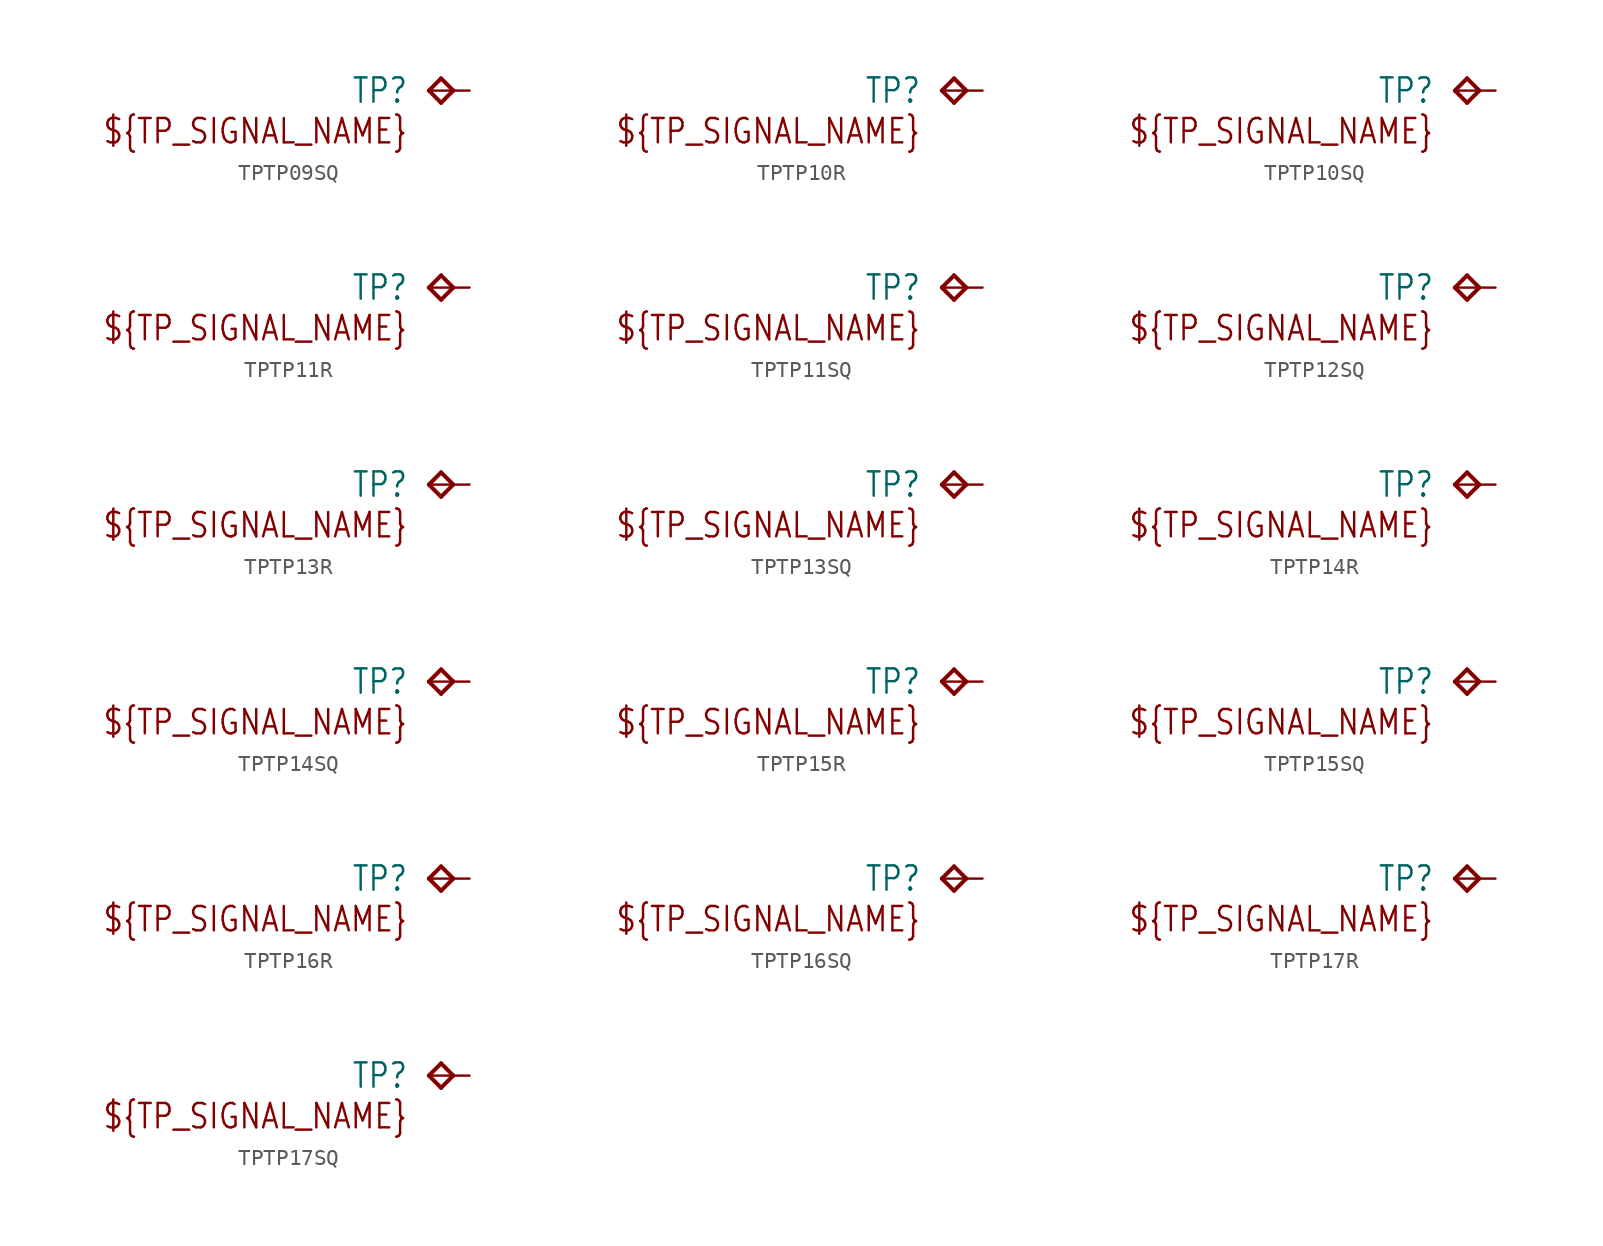
<source format=kicad_sym>
(kicad_symbol_lib
  (version 20220914)
  (generator kicad_symbol_editor)
  (symbol "TPTP09SQ"
    (property "Reference" "TP"
      (at -3.81 0 0)
      (effects (font (size 1.524 1.295)) (justify right)))
    (property "ki_locked" ""
      (at 0 0 0)
      (effects (font (size 1.27 1.27))))
    (symbol "TPTP09SQ_1_0"
      (polyline (pts (xy -2.54 0) (xy -1.778 0.762)) (stroke (width 0.254) (type solid)) (fill (type none)))
      (polyline (pts (xy -1.778 -0.762) (xy -2.54 0)) (stroke (width 0.254) (type solid)) (fill (type none)))
      (polyline (pts (xy -1.778 0.762) (xy -1.016 0)) (stroke (width 0.254) (type solid)) (fill (type none)))
      (polyline (pts (xy -1.016 0) (xy -1.778 -0.762)) (stroke (width 0.254) (type solid)) (fill (type none)))
      (text "${TP_SIGNAL_NAME}" (at -3.81 -2.54 0) (effects (font (size 1.524 1.295)) (justify right)))
      (pin bidirectional line (at 0 0 180) (length 2.54) (name "TP" (effects (font (size 0 0)))) (number "TP" (effects (font (size 0 0)))))))
  (symbol "TPTP10R"
    (property "Reference" "TP"
      (at -3.81 0 0)
      (effects (font (size 1.524 1.295)) (justify right)))
    (property "ki_locked" ""
      (at 0 0 0)
      (effects (font (size 1.27 1.27))))
    (symbol "TPTP10R_1_0"
      (polyline (pts (xy -2.54 0) (xy -1.778 0.762)) (stroke (width 0.254) (type solid)) (fill (type none)))
      (polyline (pts (xy -1.778 -0.762) (xy -2.54 0)) (stroke (width 0.254) (type solid)) (fill (type none)))
      (polyline (pts (xy -1.778 0.762) (xy -1.016 0)) (stroke (width 0.254) (type solid)) (fill (type none)))
      (polyline (pts (xy -1.016 0) (xy -1.778 -0.762)) (stroke (width 0.254) (type solid)) (fill (type none)))
      (text "${TP_SIGNAL_NAME}" (at -3.81 -2.54 0) (effects (font (size 1.524 1.295)) (justify right)))
      (pin bidirectional line (at 0 0 180) (length 2.54) (name "TP" (effects (font (size 0 0)))) (number "TP" (effects (font (size 0 0)))))))
  (symbol "TPTP10SQ"
    (property "Reference" "TP"
      (at -3.81 0 0)
      (effects (font (size 1.524 1.295)) (justify right)))
    (property "ki_locked" ""
      (at 0 0 0)
      (effects (font (size 1.27 1.27))))
    (symbol "TPTP10SQ_1_0"
      (polyline (pts (xy -2.54 0) (xy -1.778 0.762)) (stroke (width 0.254) (type solid)) (fill (type none)))
      (polyline (pts (xy -1.778 -0.762) (xy -2.54 0)) (stroke (width 0.254) (type solid)) (fill (type none)))
      (polyline (pts (xy -1.778 0.762) (xy -1.016 0)) (stroke (width 0.254) (type solid)) (fill (type none)))
      (polyline (pts (xy -1.016 0) (xy -1.778 -0.762)) (stroke (width 0.254) (type solid)) (fill (type none)))
      (text "${TP_SIGNAL_NAME}" (at -3.81 -2.54 0) (effects (font (size 1.524 1.295)) (justify right)))
      (pin bidirectional line (at 0 0 180) (length 2.54) (name "TP" (effects (font (size 0 0)))) (number "TP" (effects (font (size 0 0)))))))
  (symbol "TPTP11R"
    (property "Reference" "TP"
      (at -3.81 0 0)
      (effects (font (size 1.524 1.295)) (justify right)))
    (property "ki_locked" ""
      (at 0 0 0)
      (effects (font (size 1.27 1.27))))
    (symbol "TPTP11R_1_0"
      (polyline (pts (xy -2.54 0) (xy -1.778 0.762)) (stroke (width 0.254) (type solid)) (fill (type none)))
      (polyline (pts (xy -1.778 -0.762) (xy -2.54 0)) (stroke (width 0.254) (type solid)) (fill (type none)))
      (polyline (pts (xy -1.778 0.762) (xy -1.016 0)) (stroke (width 0.254) (type solid)) (fill (type none)))
      (polyline (pts (xy -1.016 0) (xy -1.778 -0.762)) (stroke (width 0.254) (type solid)) (fill (type none)))
      (text "${TP_SIGNAL_NAME}" (at -3.81 -2.54 0) (effects (font (size 1.524 1.295)) (justify right)))
      (pin bidirectional line (at 0 0 180) (length 2.54) (name "TP" (effects (font (size 0 0)))) (number "TP" (effects (font (size 0 0)))))))
  (symbol "TPTP11SQ"
    (property "Reference" "TP"
      (at -3.81 0 0)
      (effects (font (size 1.524 1.295)) (justify right)))
    (property "ki_locked" ""
      (at 0 0 0)
      (effects (font (size 1.27 1.27))))
    (symbol "TPTP11SQ_1_0"
      (polyline (pts (xy -2.54 0) (xy -1.778 0.762)) (stroke (width 0.254) (type solid)) (fill (type none)))
      (polyline (pts (xy -1.778 -0.762) (xy -2.54 0)) (stroke (width 0.254) (type solid)) (fill (type none)))
      (polyline (pts (xy -1.778 0.762) (xy -1.016 0)) (stroke (width 0.254) (type solid)) (fill (type none)))
      (polyline (pts (xy -1.016 0) (xy -1.778 -0.762)) (stroke (width 0.254) (type solid)) (fill (type none)))
      (text "${TP_SIGNAL_NAME}" (at -3.81 -2.54 0) (effects (font (size 1.524 1.295)) (justify right)))
      (pin bidirectional line (at 0 0 180) (length 2.54) (name "TP" (effects (font (size 0 0)))) (number "TP" (effects (font (size 0 0)))))))
  (symbol "TPTP12SQ"
    (property "Reference" "TP"
      (at -3.81 0 0)
      (effects (font (size 1.524 1.295)) (justify right)))
    (property "ki_locked" ""
      (at 0 0 0)
      (effects (font (size 1.27 1.27))))
    (symbol "TPTP12SQ_1_0"
      (polyline (pts (xy -2.54 0) (xy -1.778 0.762)) (stroke (width 0.254) (type solid)) (fill (type none)))
      (polyline (pts (xy -1.778 -0.762) (xy -2.54 0)) (stroke (width 0.254) (type solid)) (fill (type none)))
      (polyline (pts (xy -1.778 0.762) (xy -1.016 0)) (stroke (width 0.254) (type solid)) (fill (type none)))
      (polyline (pts (xy -1.016 0) (xy -1.778 -0.762)) (stroke (width 0.254) (type solid)) (fill (type none)))
      (text "${TP_SIGNAL_NAME}" (at -3.81 -2.54 0) (effects (font (size 1.524 1.295)) (justify right)))
      (pin bidirectional line (at 0 0 180) (length 2.54) (name "TP" (effects (font (size 0 0)))) (number "TP" (effects (font (size 0 0)))))))
  (symbol "TPTP13R"
    (property "Reference" "TP"
      (at -3.81 0 0)
      (effects (font (size 1.524 1.295)) (justify right)))
    (property "ki_locked" ""
      (at 0 0 0)
      (effects (font (size 1.27 1.27))))
    (symbol "TPTP13R_1_0"
      (polyline (pts (xy -2.54 0) (xy -1.778 0.762)) (stroke (width 0.254) (type solid)) (fill (type none)))
      (polyline (pts (xy -1.778 -0.762) (xy -2.54 0)) (stroke (width 0.254) (type solid)) (fill (type none)))
      (polyline (pts (xy -1.778 0.762) (xy -1.016 0)) (stroke (width 0.254) (type solid)) (fill (type none)))
      (polyline (pts (xy -1.016 0) (xy -1.778 -0.762)) (stroke (width 0.254) (type solid)) (fill (type none)))
      (text "${TP_SIGNAL_NAME}" (at -3.81 -2.54 0) (effects (font (size 1.524 1.295)) (justify right)))
      (pin bidirectional line (at 0 0 180) (length 2.54) (name "TP" (effects (font (size 0 0)))) (number "TP" (effects (font (size 0 0)))))))
  (symbol "TPTP13SQ"
    (property "Reference" "TP"
      (at -3.81 0 0)
      (effects (font (size 1.524 1.295)) (justify right)))
    (property "ki_locked" ""
      (at 0 0 0)
      (effects (font (size 1.27 1.27))))
    (symbol "TPTP13SQ_1_0"
      (polyline (pts (xy -2.54 0) (xy -1.778 0.762)) (stroke (width 0.254) (type solid)) (fill (type none)))
      (polyline (pts (xy -1.778 -0.762) (xy -2.54 0)) (stroke (width 0.254) (type solid)) (fill (type none)))
      (polyline (pts (xy -1.778 0.762) (xy -1.016 0)) (stroke (width 0.254) (type solid)) (fill (type none)))
      (polyline (pts (xy -1.016 0) (xy -1.778 -0.762)) (stroke (width 0.254) (type solid)) (fill (type none)))
      (text "${TP_SIGNAL_NAME}" (at -3.81 -2.54 0) (effects (font (size 1.524 1.295)) (justify right)))
      (pin bidirectional line (at 0 0 180) (length 2.54) (name "TP" (effects (font (size 0 0)))) (number "TP" (effects (font (size 0 0)))))))
  (symbol "TPTP14R"
    (property "Reference" "TP"
      (at -3.81 0 0)
      (effects (font (size 1.524 1.295)) (justify right)))
    (property "ki_locked" ""
      (at 0 0 0)
      (effects (font (size 1.27 1.27))))
    (symbol "TPTP14R_1_0"
      (polyline (pts (xy -2.54 0) (xy -1.778 0.762)) (stroke (width 0.254) (type solid)) (fill (type none)))
      (polyline (pts (xy -1.778 -0.762) (xy -2.54 0)) (stroke (width 0.254) (type solid)) (fill (type none)))
      (polyline (pts (xy -1.778 0.762) (xy -1.016 0)) (stroke (width 0.254) (type solid)) (fill (type none)))
      (polyline (pts (xy -1.016 0) (xy -1.778 -0.762)) (stroke (width 0.254) (type solid)) (fill (type none)))
      (text "${TP_SIGNAL_NAME}" (at -3.81 -2.54 0) (effects (font (size 1.524 1.295)) (justify right)))
      (pin bidirectional line (at 0 0 180) (length 2.54) (name "TP" (effects (font (size 0 0)))) (number "TP" (effects (font (size 0 0)))))))
  (symbol "TPTP14SQ"
    (property "Reference" "TP"
      (at -3.81 0 0)
      (effects (font (size 1.524 1.295)) (justify right)))
    (property "ki_locked" ""
      (at 0 0 0)
      (effects (font (size 1.27 1.27))))
    (symbol "TPTP14SQ_1_0"
      (polyline (pts (xy -2.54 0) (xy -1.778 0.762)) (stroke (width 0.254) (type solid)) (fill (type none)))
      (polyline (pts (xy -1.778 -0.762) (xy -2.54 0)) (stroke (width 0.254) (type solid)) (fill (type none)))
      (polyline (pts (xy -1.778 0.762) (xy -1.016 0)) (stroke (width 0.254) (type solid)) (fill (type none)))
      (polyline (pts (xy -1.016 0) (xy -1.778 -0.762)) (stroke (width 0.254) (type solid)) (fill (type none)))
      (text "${TP_SIGNAL_NAME}" (at -3.81 -2.54 0) (effects (font (size 1.524 1.295)) (justify right)))
      (pin bidirectional line (at 0 0 180) (length 2.54) (name "TP" (effects (font (size 0 0)))) (number "TP" (effects (font (size 0 0)))))))
  (symbol "TPTP15R"
    (property "Reference" "TP"
      (at -3.81 0 0)
      (effects (font (size 1.524 1.295)) (justify right)))
    (property "ki_locked" ""
      (at 0 0 0)
      (effects (font (size 1.27 1.27))))
    (symbol "TPTP15R_1_0"
      (polyline (pts (xy -2.54 0) (xy -1.778 0.762)) (stroke (width 0.254) (type solid)) (fill (type none)))
      (polyline (pts (xy -1.778 -0.762) (xy -2.54 0)) (stroke (width 0.254) (type solid)) (fill (type none)))
      (polyline (pts (xy -1.778 0.762) (xy -1.016 0)) (stroke (width 0.254) (type solid)) (fill (type none)))
      (polyline (pts (xy -1.016 0) (xy -1.778 -0.762)) (stroke (width 0.254) (type solid)) (fill (type none)))
      (text "${TP_SIGNAL_NAME}" (at -3.81 -2.54 0) (effects (font (size 1.524 1.295)) (justify right)))
      (pin bidirectional line (at 0 0 180) (length 2.54) (name "TP" (effects (font (size 0 0)))) (number "TP" (effects (font (size 0 0)))))))
  (symbol "TPTP15SQ"
    (property "Reference" "TP"
      (at -3.81 0 0)
      (effects (font (size 1.524 1.295)) (justify right)))
    (property "ki_locked" ""
      (at 0 0 0)
      (effects (font (size 1.27 1.27))))
    (symbol "TPTP15SQ_1_0"
      (polyline (pts (xy -2.54 0) (xy -1.778 0.762)) (stroke (width 0.254) (type solid)) (fill (type none)))
      (polyline (pts (xy -1.778 -0.762) (xy -2.54 0)) (stroke (width 0.254) (type solid)) (fill (type none)))
      (polyline (pts (xy -1.778 0.762) (xy -1.016 0)) (stroke (width 0.254) (type solid)) (fill (type none)))
      (polyline (pts (xy -1.016 0) (xy -1.778 -0.762)) (stroke (width 0.254) (type solid)) (fill (type none)))
      (text "${TP_SIGNAL_NAME}" (at -3.81 -2.54 0) (effects (font (size 1.524 1.295)) (justify right)))
      (pin bidirectional line (at 0 0 180) (length 2.54) (name "TP" (effects (font (size 0 0)))) (number "TP" (effects (font (size 0 0)))))))
  (symbol "TPTP16R"
    (property "Reference" "TP"
      (at -3.81 0 0)
      (effects (font (size 1.524 1.295)) (justify right)))
    (property "ki_locked" ""
      (at 0 0 0)
      (effects (font (size 1.27 1.27))))
    (symbol "TPTP16R_1_0"
      (polyline (pts (xy -2.54 0) (xy -1.778 0.762)) (stroke (width 0.254) (type solid)) (fill (type none)))
      (polyline (pts (xy -1.778 -0.762) (xy -2.54 0)) (stroke (width 0.254) (type solid)) (fill (type none)))
      (polyline (pts (xy -1.778 0.762) (xy -1.016 0)) (stroke (width 0.254) (type solid)) (fill (type none)))
      (polyline (pts (xy -1.016 0) (xy -1.778 -0.762)) (stroke (width 0.254) (type solid)) (fill (type none)))
      (text "${TP_SIGNAL_NAME}" (at -3.81 -2.54 0) (effects (font (size 1.524 1.295)) (justify right)))
      (pin bidirectional line (at 0 0 180) (length 2.54) (name "TP" (effects (font (size 0 0)))) (number "TP" (effects (font (size 0 0)))))))
  (symbol "TPTP16SQ"
    (property "Reference" "TP"
      (at -3.81 0 0)
      (effects (font (size 1.524 1.295)) (justify right)))
    (property "ki_locked" ""
      (at 0 0 0)
      (effects (font (size 1.27 1.27))))
    (symbol "TPTP16SQ_1_0"
      (polyline (pts (xy -2.54 0) (xy -1.778 0.762)) (stroke (width 0.254) (type solid)) (fill (type none)))
      (polyline (pts (xy -1.778 -0.762) (xy -2.54 0)) (stroke (width 0.254) (type solid)) (fill (type none)))
      (polyline (pts (xy -1.778 0.762) (xy -1.016 0)) (stroke (width 0.254) (type solid)) (fill (type none)))
      (polyline (pts (xy -1.016 0) (xy -1.778 -0.762)) (stroke (width 0.254) (type solid)) (fill (type none)))
      (text "${TP_SIGNAL_NAME}" (at -3.81 -2.54 0) (effects (font (size 1.524 1.295)) (justify right)))
      (pin bidirectional line (at 0 0 180) (length 2.54) (name "TP" (effects (font (size 0 0)))) (number "TP" (effects (font (size 0 0)))))))
  (symbol "TPTP17R"
    (property "Reference" "TP"
      (at -3.81 0 0)
      (effects (font (size 1.524 1.295)) (justify right)))
    (property "ki_locked" ""
      (at 0 0 0)
      (effects (font (size 1.27 1.27))))
    (symbol "TPTP17R_1_0"
      (polyline (pts (xy -2.54 0) (xy -1.778 0.762)) (stroke (width 0.254) (type solid)) (fill (type none)))
      (polyline (pts (xy -1.778 -0.762) (xy -2.54 0)) (stroke (width 0.254) (type solid)) (fill (type none)))
      (polyline (pts (xy -1.778 0.762) (xy -1.016 0)) (stroke (width 0.254) (type solid)) (fill (type none)))
      (polyline (pts (xy -1.016 0) (xy -1.778 -0.762)) (stroke (width 0.254) (type solid)) (fill (type none)))
      (text "${TP_SIGNAL_NAME}" (at -3.81 -2.54 0) (effects (font (size 1.524 1.295)) (justify right)))
      (pin bidirectional line (at 0 0 180) (length 2.54) (name "TP" (effects (font (size 0 0)))) (number "TP" (effects (font (size 0 0)))))))
  (symbol "TPTP17SQ"
    (property "Reference" "TP"
      (at -3.81 0 0)
      (effects (font (size 1.524 1.295)) (justify right)))
    (property "ki_locked" ""
      (at 0 0 0)
      (effects (font (size 1.27 1.27))))
    (symbol "TPTP17SQ_1_0"
      (polyline (pts (xy -2.54 0) (xy -1.778 0.762)) (stroke (width 0.254) (type solid)) (fill (type none)))
      (polyline (pts (xy -1.778 -0.762) (xy -2.54 0)) (stroke (width 0.254) (type solid)) (fill (type none)))
      (polyline (pts (xy -1.778 0.762) (xy -1.016 0)) (stroke (width 0.254) (type solid)) (fill (type none)))
      (polyline (pts (xy -1.016 0) (xy -1.778 -0.762)) (stroke (width 0.254) (type solid)) (fill (type none)))
      (text "${TP_SIGNAL_NAME}" (at -3.81 -2.54 0) (effects (font (size 1.524 1.295)) (justify right)))
      (pin bidirectional line (at 0 0 180) (length 2.54) (name "TP" (effects (font (size 0 0)))) (number "TP" (effects (font (size 0 0))))))))
</source>
